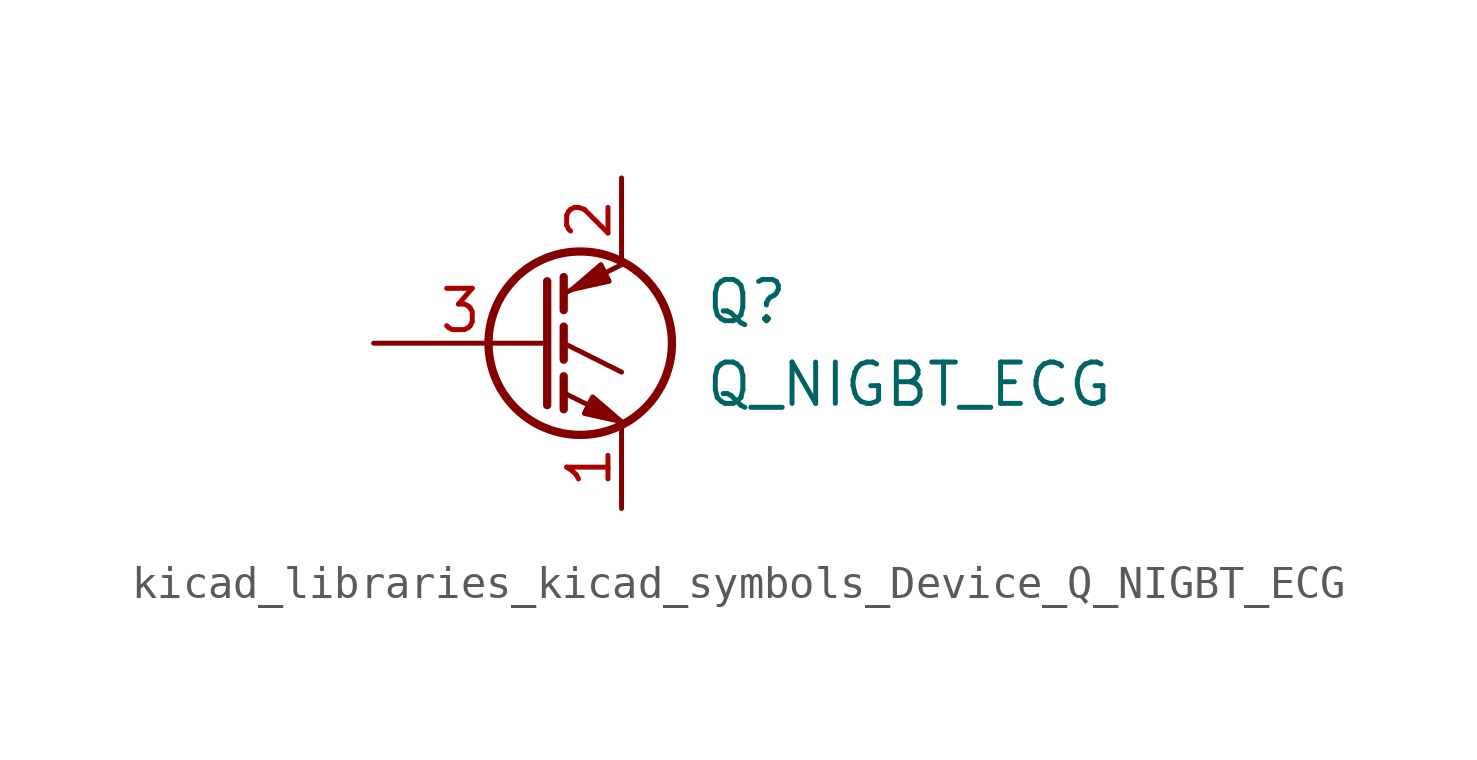
<source format=kicad_sym>
(kicad_symbol_lib
  (version 20220914)
  (generator kicad_symbol_editor)
  (symbol "kicad_libraries_kicad_symbols_Device_Q_NIGBT_ECG"
    (pin_names
      (offset 0) hide)
    (property "Reference" "Q"
      (at 5.08 1.27 0)
      (effects (font (size 1.27 1.27)) (justify left)))
    (property "Value" "Q_NIGBT_ECG"
      (at 5.08 -1.27 0)
      (effects (font (size 1.27 1.27)) (justify left)))
    (symbol "kicad_libraries_kicad_symbols_Device_Q_NIGBT_ECG_0_1"
      (polyline (pts (xy 0.762 -1.016) (xy 0.762 -2.032)) (stroke (width 0.254) (type default)) (fill (type none)))
      (polyline (pts (xy 0.762 0.508) (xy 0.762 -0.508)) (stroke (width 0.254) (type default)) (fill (type none)))
      (polyline (pts (xy 0.762 2.032) (xy 0.762 1.016)) (stroke (width 0.254) (type default)) (fill (type none)))
      (polyline (pts (xy 2.54 -2.413) (xy 0.762 -1.524)) (stroke (width 0) (type default)) (fill (type none)))
      (polyline (pts (xy 2.54 -0.889) (xy 0.762 0)) (stroke (width 0) (type default)) (fill (type none)))
      (polyline (pts (xy 2.54 2.413) (xy 0.762 1.524)) (stroke (width 0) (type default)) (fill (type none)))
      (polyline (pts (xy 0.254 1.905) (xy 0.254 -1.905) (xy 0.254 -1.905)) (stroke (width 0.254) (type default)) (fill (type none)))
      (polyline (pts (xy 1.397 -2.159) (xy 1.651 -1.651) (xy 2.54 -2.413) (xy 1.397 -2.159)) (stroke (width 0) (type default)) (fill (type outline)))
      (polyline (pts (xy 2.159 1.905) (xy 1.905 2.413) (xy 1.016 1.651) (xy 2.159 1.905)) (stroke (width 0) (type default)) (fill (type outline)))
      (circle (center 1.27 0) (radius 2.819) (stroke (width 0.254) (type default)) (fill (type none))))
    (symbol "kicad_libraries_kicad_symbols_Device_Q_NIGBT_ECG_1_1"
      (pin passive line (at 2.54 -5.08 90) (length 2.54) (name "E" (effects (font (size 1.27 1.27)))) (number "1" (effects (font (size 1.27 1.27)))))
      (pin passive line (at 2.54 5.08 270) (length 2.54) (name "C" (effects (font (size 1.27 1.27)))) (number "2" (effects (font (size 1.27 1.27)))))
      (pin input line (at -5.08 0 0) (length 5.334) (name "G" (effects (font (size 1.27 1.27)))) (number "3" (effects (font (size 1.27 1.27))))))))
</source>
